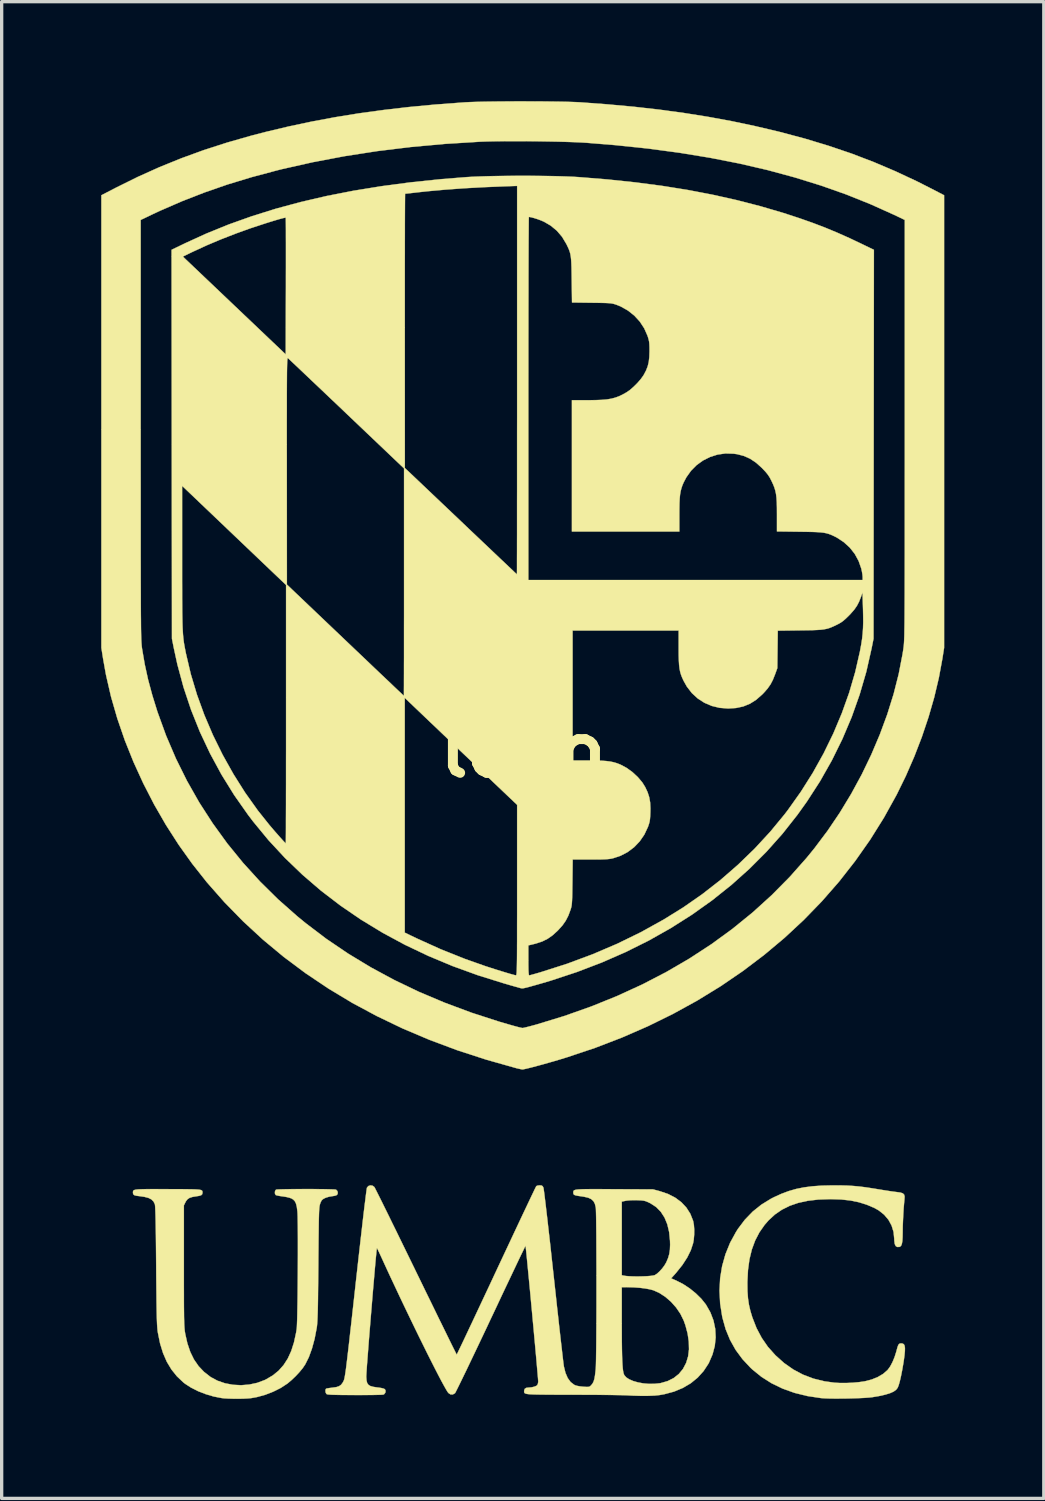
<source format=kicad_pcb>
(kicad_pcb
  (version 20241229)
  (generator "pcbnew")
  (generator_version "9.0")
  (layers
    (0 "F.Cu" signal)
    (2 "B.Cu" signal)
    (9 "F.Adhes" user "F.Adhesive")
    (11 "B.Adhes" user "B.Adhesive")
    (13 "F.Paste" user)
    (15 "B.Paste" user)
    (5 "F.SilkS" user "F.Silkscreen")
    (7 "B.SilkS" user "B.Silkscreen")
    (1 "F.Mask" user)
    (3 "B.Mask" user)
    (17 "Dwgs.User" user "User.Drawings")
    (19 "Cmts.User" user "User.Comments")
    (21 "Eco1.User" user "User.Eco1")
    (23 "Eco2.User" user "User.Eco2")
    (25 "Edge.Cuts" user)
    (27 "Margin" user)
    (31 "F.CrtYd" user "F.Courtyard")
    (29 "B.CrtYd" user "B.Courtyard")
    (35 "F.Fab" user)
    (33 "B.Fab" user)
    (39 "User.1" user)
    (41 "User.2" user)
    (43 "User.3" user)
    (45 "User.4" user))
  (footprint "logo"
    (layer "F.Cu")
    (at 12.705 19.553)
    (property "Reference" "logo" (at 0 0 0) (layer "F.SilkS") (effects (font (size 1.524 1.524) (thickness 0.3))))
    (attr through_hole)
    (fp_poly (pts (xy 9.594 13.125) (xy 9.785 13.13) (xy 9.963 13.141) (xy 10.138 13.157) (xy 10.323 13.18) (xy 10.529 13.211) (xy 10.7 13.239) (xy 10.841 13.262) (xy 10.979 13.284) (xy 11.104 13.303) (xy 11.207 13.317) (xy 11.279 13.326) (xy 11.28 13.326) (xy 11.386 13.341) (xy 11.456 13.364) (xy 11.495 13.402) (xy 11.51 13.461) (xy 11.505 13.544) (xy 11.493 13.671) (xy 11.48 13.827) (xy 11.47 14.001) (xy 11.461 14.181) (xy 11.454 14.354) (xy 11.452 14.508) (xy 11.452 14.531) (xy 11.449 14.684) (xy 11.442 14.799) (xy 11.428 14.881) (xy 11.408 14.936) (xy 11.379 14.967) (xy 11.355 14.978) (xy 11.289 14.981) (xy 11.242 14.953) (xy 11.212 14.89) (xy 11.199 14.791) (xy 11.197 14.735) (xy 11.177 14.528) (xy 11.118 14.336) (xy 11.023 14.161) (xy 10.893 14.008) (xy 10.73 13.878) (xy 10.602 13.806) (xy 10.371 13.707) (xy 10.132 13.632) (xy 9.878 13.58) (xy 9.6 13.549) (xy 9.292 13.539) (xy 9.26 13.539) (xy 8.91 13.551) (xy 8.592 13.588) (xy 8.304 13.651) (xy 8.045 13.74) (xy 7.811 13.857) (xy 7.601 14.001) (xy 7.412 14.175) (xy 7.29 14.315) (xy 7.132 14.541) (xy 7.004 14.788) (xy 6.905 15.057) (xy 6.833 15.353) (xy 6.789 15.676) (xy 6.771 16.03) (xy 6.771 16.084) (xy 6.774 16.319) (xy 6.789 16.526) (xy 6.817 16.717) (xy 6.86 16.904) (xy 6.919 17.1) (xy 6.921 17.105) (xy 7.047 17.427) (xy 7.203 17.721) (xy 7.39 17.991) (xy 7.613 18.241) (xy 7.619 18.247) (xy 7.878 18.479) (xy 8.153 18.672) (xy 8.446 18.828) (xy 8.759 18.947) (xy 9.093 19.029) (xy 9.398 19.071) (xy 9.564 19.08) (xy 9.754 19.08) (xy 9.951 19.071) (xy 10.139 19.054) (xy 10.302 19.03) (xy 10.308 19.029) (xy 10.515 18.976) (xy 10.702 18.9) (xy 10.863 18.805) (xy 10.992 18.693) (xy 11.004 18.679) (xy 11.076 18.58) (xy 11.145 18.449) (xy 11.207 18.299) (xy 11.257 18.141) (xy 11.263 18.119) (xy 11.29 18.017) (xy 11.313 17.95) (xy 11.336 17.91) (xy 11.364 17.891) (xy 11.401 17.886) (xy 11.409 17.886) (xy 11.455 17.893) (xy 11.489 17.915) (xy 11.51 17.958) (xy 11.52 18.025) (xy 11.518 18.12) (xy 11.506 18.247) (xy 11.484 18.409) (xy 11.473 18.479) (xy 11.437 18.688) (xy 11.401 18.871) (xy 11.366 19.023) (xy 11.333 19.141) (xy 11.302 19.22) (xy 11.301 19.223) (xy 11.253 19.285) (xy 11.176 19.34) (xy 11.065 19.389) (xy 10.919 19.433) (xy 10.736 19.474) (xy 10.54 19.507) (xy 10.442 19.518) (xy 10.309 19.528) (xy 10.151 19.536) (xy 9.975 19.542) (xy 9.789 19.547) (xy 9.603 19.549) (xy 9.422 19.55) (xy 9.257 19.548) (xy 9.115 19.543) (xy 9.005 19.536) (xy 8.985 19.534) (xy 8.575 19.472) (xy 8.19 19.377) (xy 7.831 19.248) (xy 7.499 19.087) (xy 7.193 18.893) (xy 6.914 18.666) (xy 6.866 18.621) (xy 6.623 18.361) (xy 6.417 18.082) (xy 6.249 17.782) (xy 6.117 17.462) (xy 6.021 17.119) (xy 6.011 17.075) (xy 5.95 16.684) (xy 5.93 16.299) (xy 5.95 15.922) (xy 6.01 15.555) (xy 6.11 15.199) (xy 6.249 14.856) (xy 6.427 14.529) (xy 6.488 14.433) (xy 6.696 14.158) (xy 6.93 13.915) (xy 7.192 13.705) (xy 7.481 13.527) (xy 7.567 13.483) (xy 7.792 13.38) (xy 8.013 13.297) (xy 8.239 13.232) (xy 8.476 13.184) (xy 8.732 13.151) (xy 9.013 13.131) (xy 9.327 13.124) (xy 9.377 13.124) (xy 9.594 13.125)) (stroke (width 0.01) (type solid)) (fill yes) (layer "F.SilkS"))
    (fp_poly (pts (xy -6.307 13.235) (xy -6.145 13.237) (xy -5.995 13.238) (xy -5.863 13.241) (xy -5.755 13.244) (xy -5.677 13.247) (xy -5.633 13.252) (xy -5.626 13.253) (xy -5.586 13.295) (xy -5.574 13.353) (xy -5.586 13.395) (xy -5.612 13.42) (xy -5.662 13.437) (xy -5.74 13.449) (xy -5.831 13.464) (xy -5.921 13.49) (xy -5.969 13.51) (xy -6.027 13.543) (xy -6.064 13.582) (xy -6.093 13.64) (xy -6.105 13.674) (xy -6.112 13.697) (xy -6.119 13.722) (xy -6.125 13.754) (xy -6.13 13.794) (xy -6.134 13.845) (xy -6.138 13.911) (xy -6.141 13.994) (xy -6.144 14.097) (xy -6.147 14.223) (xy -6.149 14.376) (xy -6.151 14.557) (xy -6.154 14.77) (xy -6.156 15.018) (xy -6.159 15.304) (xy -6.16 15.494) (xy -6.163 15.813) (xy -6.166 16.093) (xy -6.169 16.336) (xy -6.171 16.546) (xy -6.174 16.726) (xy -6.177 16.878) (xy -6.181 17.006) (xy -6.185 17.113) (xy -6.189 17.202) (xy -6.194 17.275) (xy -6.199 17.336) (xy -6.205 17.388) (xy -6.21 17.42) (xy -6.273 17.75) (xy -6.353 18.044) (xy -6.447 18.302) (xy -6.556 18.52) (xy -6.628 18.627) (xy -6.726 18.747) (xy -6.84 18.87) (xy -6.962 18.987) (xy -7.08 19.087) (xy -7.09 19.095) (xy -7.288 19.225) (xy -7.516 19.34) (xy -7.76 19.435) (xy -8.01 19.504) (xy -8.18 19.535) (xy -8.282 19.545) (xy -8.414 19.552) (xy -8.564 19.555) (xy -8.718 19.554) (xy -8.865 19.55) (xy -8.992 19.543) (xy -9.073 19.534) (xy -9.314 19.487) (xy -9.554 19.416) (xy -9.784 19.327) (xy -9.994 19.221) (xy -10.175 19.104) (xy -10.229 19.062) (xy -10.423 18.878) (xy -10.588 18.672) (xy -10.727 18.441) (xy -10.84 18.181) (xy -10.93 17.89) (xy -10.996 17.565) (xy -10.999 17.546) (xy -11.006 17.5) (xy -11.011 17.447) (xy -11.016 17.383) (xy -11.021 17.306) (xy -11.025 17.212) (xy -11.029 17.1) (xy -11.032 16.966) (xy -11.035 16.806) (xy -11.038 16.619) (xy -11.04 16.401) (xy -11.043 16.149) (xy -11.046 15.86) (xy -11.048 15.547) (xy -11.051 15.201) (xy -11.054 14.896) (xy -11.057 14.63) (xy -11.061 14.4) (xy -11.064 14.206) (xy -11.068 14.046) (xy -11.072 13.917) (xy -11.076 13.819) (xy -11.08 13.749) (xy -11.085 13.705) (xy -11.088 13.691) (xy -11.128 13.61) (xy -11.191 13.547) (xy -11.282 13.501) (xy -11.405 13.469) (xy -11.546 13.449) (xy -11.642 13.437) (xy -11.703 13.421) (xy -11.735 13.396) (xy -11.747 13.359) (xy -11.748 13.345) (xy -11.747 13.32) (xy -11.744 13.299) (xy -11.735 13.282) (xy -11.716 13.268) (xy -11.684 13.257) (xy -11.635 13.249) (xy -11.567 13.243) (xy -11.475 13.24) (xy -11.356 13.237) (xy -11.206 13.236) (xy -11.023 13.236) (xy -10.802 13.237) (xy -10.69 13.237) (xy -10.453 13.238) (xy -10.256 13.238) (xy -10.094 13.24) (xy -9.964 13.242) (xy -9.863 13.245) (xy -9.786 13.25) (xy -9.73 13.257) (xy -9.693 13.266) (xy -9.67 13.278) (xy -9.658 13.293) (xy -9.653 13.312) (xy -9.652 13.334) (xy -9.652 13.348) (xy -9.661 13.391) (xy -9.691 13.42) (xy -9.75 13.439) (xy -9.832 13.452) (xy -9.953 13.472) (xy -10.041 13.5) (xy -10.104 13.542) (xy -10.15 13.601) (xy -10.164 13.628) (xy -10.213 13.727) (xy -10.213 15.547) (xy -10.213 15.869) (xy -10.213 16.153) (xy -10.212 16.399) (xy -10.212 16.613) (xy -10.211 16.796) (xy -10.209 16.951) (xy -10.208 17.082) (xy -10.205 17.191) (xy -10.203 17.282) (xy -10.199 17.358) (xy -10.195 17.42) (xy -10.19 17.473) (xy -10.185 17.52) (xy -10.178 17.562) (xy -10.174 17.59) (xy -10.108 17.884) (xy -10.02 18.144) (xy -9.908 18.373) (xy -9.77 18.572) (xy -9.605 18.746) (xy -9.412 18.896) (xy -9.401 18.903) (xy -9.198 19.012) (xy -8.973 19.089) (xy -8.735 19.134) (xy -8.488 19.147) (xy -8.241 19.127) (xy -8 19.075) (xy -7.772 18.989) (xy -7.737 18.971) (xy -7.534 18.852) (xy -7.358 18.709) (xy -7.208 18.54) (xy -7.081 18.343) (xy -6.977 18.115) (xy -6.894 17.855) (xy -6.83 17.559) (xy -6.813 17.452) (xy -6.808 17.398) (xy -6.804 17.305) (xy -6.799 17.179) (xy -6.795 17.023) (xy -6.792 16.841) (xy -6.788 16.638) (xy -6.785 16.418) (xy -6.783 16.185) (xy -6.781 15.943) (xy -6.779 15.697) (xy -6.778 15.45) (xy -6.777 15.207) (xy -6.777 14.972) (xy -6.777 14.749) (xy -6.778 14.542) (xy -6.779 14.356) (xy -6.782 14.195) (xy -6.784 14.062) (xy -6.788 13.963) (xy -6.792 13.905) (xy -6.809 13.771) (xy -6.834 13.672) (xy -6.869 13.601) (xy -6.918 13.55) (xy -6.972 13.517) (xy -7.032 13.496) (xy -7.118 13.475) (xy -7.213 13.459) (xy -7.236 13.456) (xy -7.322 13.444) (xy -7.393 13.43) (xy -7.438 13.418) (xy -7.445 13.414) (xy -7.468 13.374) (xy -7.47 13.319) (xy -7.453 13.271) (xy -7.435 13.253) (xy -7.405 13.249) (xy -7.339 13.245) (xy -7.242 13.242) (xy -7.118 13.239) (xy -6.975 13.237) (xy -6.816 13.236) (xy -6.649 13.235) (xy -6.477 13.235) (xy -6.307 13.235)) (stroke (width 0.01) (type solid)) (fill yes) (layer "F.SilkS"))
    (fp_poly (pts (xy 0.321 -19.547) (xy 0.589 -19.546) (xy 0.845 -19.543) (xy 1.084 -19.54) (xy 1.3 -19.536) (xy 1.488 -19.53) (xy 1.644 -19.524) (xy 1.725 -19.52) (xy 2.558 -19.458) (xy 3.356 -19.385) (xy 4.123 -19.298) (xy 4.866 -19.197) (xy 5.588 -19.082) (xy 6.295 -18.952) (xy 6.992 -18.805) (xy 7.685 -18.642) (xy 7.754 -18.625) (xy 8.504 -18.425) (xy 9.221 -18.208) (xy 9.912 -17.974) (xy 10.581 -17.718) (xy 11.237 -17.439) (xy 11.886 -17.135) (xy 12.25 -16.951) (xy 12.7 -16.718) (xy 12.7 -9.899) (xy 12.7 -3.08) (xy 12.647 -2.744) (xy 12.541 -2.172) (xy 12.402 -1.585) (xy 12.23 -0.989) (xy 12.029 -0.391) (xy 11.8 0.202) (xy 11.546 0.785) (xy 11.269 1.35) (xy 11.269 1.35) (xy 10.887 2.04) (xy 10.47 2.707) (xy 10.019 3.349) (xy 9.535 3.967) (xy 9.018 4.559) (xy 8.469 5.125) (xy 7.888 5.665) (xy 7.276 6.178) (xy 6.634 6.664) (xy 5.963 7.122) (xy 5.262 7.552) (xy 4.533 7.953) (xy 3.777 8.325) (xy 2.993 8.667) (xy 2.182 8.979) (xy 1.346 9.259) (xy 1.102 9.334) (xy 0.936 9.383) (xy 0.767 9.431) (xy 0.602 9.478) (xy 0.446 9.52) (xy 0.304 9.558) (xy 0.182 9.589) (xy 0.085 9.612) (xy 0.018 9.626) (xy -0.01 9.629) (xy -0.051 9.623) (xy -0.118 9.608) (xy -0.2 9.589) (xy -0.212 9.585) (xy -1.108 9.332) (xy -1.975 9.05) (xy -2.812 8.737) (xy -3.619 8.395) (xy -4.396 8.022) (xy -5.143 7.621) (xy -5.86 7.189) (xy -6.547 6.728) (xy -7.203 6.238) (xy -7.829 5.718) (xy -8.425 5.168) (xy -8.991 4.589) (xy -9.521 3.987) (xy -9.957 3.436) (xy -10.369 2.859) (xy -10.754 2.26) (xy -11.11 1.642) (xy -11.436 1.008) (xy -11.731 0.363) (xy -11.993 -0.29) (xy -12.219 -0.947) (xy -12.409 -1.605) (xy -12.56 -2.26) (xy -12.647 -2.744) (xy -12.7 -3.08) (xy -12.7 -9.899) (xy -12.7 -15.974) (xy -11.515 -15.974) (xy -11.515 -9.654) (xy -11.515 -9.041) (xy -11.515 -8.469) (xy -11.514 -7.937) (xy -11.514 -7.442) (xy -11.514 -6.984) (xy -11.514 -6.561) (xy -11.514 -6.171) (xy -11.514 -5.813) (xy -11.513 -5.485) (xy -11.513 -5.187) (xy -11.512 -4.916) (xy -11.511 -4.671) (xy -11.511 -4.451) (xy -11.51 -4.254) (xy -11.509 -4.078) (xy -11.507 -3.922) (xy -11.506 -3.786) (xy -11.505 -3.666) (xy -11.503 -3.562) (xy -11.501 -3.472) (xy -11.499 -3.395) (xy -11.497 -3.329) (xy -11.494 -3.272) (xy -11.491 -3.224) (xy -11.488 -3.183) (xy -11.485 -3.147) (xy -11.482 -3.115) (xy -11.478 -3.085) (xy -11.474 -3.056) (xy -11.471 -3.037) (xy -11.393 -2.582) (xy -11.292 -2.121) (xy -11.164 -1.646) (xy -11.01 -1.149) (xy -11.007 -1.141) (xy -10.749 -0.431) (xy -10.453 0.26) (xy -10.12 0.931) (xy -9.751 1.582) (xy -9.345 2.211) (xy -8.905 2.819) (xy -8.429 3.403) (xy -7.919 3.964) (xy -7.376 4.5) (xy -6.799 5.01) (xy -6.543 5.22) (xy -5.923 5.691) (xy -5.271 6.133) (xy -4.588 6.547) (xy -3.874 6.933) (xy -3.129 7.29) (xy -2.353 7.618) (xy -1.548 7.918) (xy -0.712 8.189) (xy -0.455 8.264) (xy -0.329 8.3) (xy -0.214 8.332) (xy -0.118 8.357) (xy -0.047 8.374) (xy -0.009 8.381) (xy -0.008 8.381) (xy 0.026 8.376) (xy 0.094 8.36) (xy 0.187 8.337) (xy 0.299 8.307) (xy 0.416 8.275) (xy 1.256 8.018) (xy 2.067 7.731) (xy 2.85 7.414) (xy 3.604 7.068) (xy 4.329 6.692) (xy 5.024 6.287) (xy 5.689 5.853) (xy 6.324 5.39) (xy 6.929 4.898) (xy 7.502 4.378) (xy 8.045 3.829) (xy 8.556 3.253) (xy 8.792 2.963) (xy 9.185 2.44) (xy 9.555 1.893) (xy 9.899 1.325) (xy 10.217 0.74) (xy 10.505 0.142) (xy 10.762 -0.463) (xy 10.987 -1.073) (xy 11.178 -1.684) (xy 11.332 -2.29) (xy 11.448 -2.889) (xy 11.471 -3.037) (xy 11.475 -3.067) (xy 11.479 -3.096) (xy 11.483 -3.126) (xy 11.486 -3.159) (xy 11.489 -3.197) (xy 11.492 -3.24) (xy 11.495 -3.291) (xy 11.497 -3.351) (xy 11.5 -3.421) (xy 11.502 -3.502) (xy 11.503 -3.597) (xy 11.505 -3.706) (xy 11.507 -3.832) (xy 11.508 -3.975) (xy 11.509 -4.138) (xy 11.51 -4.321) (xy 11.511 -4.526) (xy 11.512 -4.755) (xy 11.512 -5.009) (xy 11.513 -5.29) (xy 11.513 -5.598) (xy 11.514 -5.936) (xy 11.514 -6.305) (xy 11.514 -6.707) (xy 11.514 -7.142) (xy 11.514 -7.613) (xy 11.514 -8.121) (xy 11.515 -8.668) (xy 11.515 -9.254) (xy 11.515 -9.654) (xy 11.515 -15.974) (xy 11.192 -16.129) (xy 10.485 -16.447) (xy 9.751 -16.742) (xy 8.989 -17.011) (xy 8.198 -17.256) (xy 7.378 -17.478) (xy 6.527 -17.675) (xy 5.645 -17.848) (xy 4.73 -17.998) (xy 3.783 -18.125) (xy 2.801 -18.228) (xy 1.916 -18.3) (xy 1.747 -18.31) (xy 1.542 -18.319) (xy 1.307 -18.327) (xy 1.049 -18.334) (xy 0.775 -18.339) (xy 0.49 -18.344) (xy 0.201 -18.347) (xy -0.085 -18.348) (xy -0.363 -18.348) (xy -0.626 -18.347) (xy -0.867 -18.344) (xy -1.08 -18.339) (xy -1.259 -18.333) (xy -1.281 -18.332) (xy -2.344 -18.266) (xy -3.378 -18.172) (xy -4.384 -18.049) (xy -5.365 -17.897) (xy -6.321 -17.716) (xy -7.256 -17.506) (xy -7.426 -17.463) (xy -8.178 -17.262) (xy -8.898 -17.043) (xy -9.59 -16.803) (xy -10.261 -16.542) (xy -10.918 -16.257) (xy -11.192 -16.129) (xy -11.515 -15.974) (xy -12.7 -15.974) (xy -12.7 -16.718) (xy -12.25 -16.951) (xy -11.603 -17.271) (xy -10.952 -17.564) (xy -10.291 -17.832) (xy -9.613 -18.079) (xy -8.912 -18.305) (xy -8.181 -18.514) (xy -7.754 -18.625) (xy -7.061 -18.79) (xy -6.364 -18.938) (xy -5.658 -19.07) (xy -4.938 -19.187) (xy -4.198 -19.288) (xy -3.433 -19.377) (xy -2.639 -19.452) (xy -1.809 -19.514) (xy -1.725 -19.52) (xy -1.595 -19.526) (xy -1.428 -19.532) (xy -1.229 -19.537) (xy -1.005 -19.541) (xy -0.759 -19.544) (xy -0.499 -19.546) (xy -0.228 -19.548) (xy 0.047 -19.548) (xy 0.321 -19.547)) (stroke (width 0.01) (type solid)) (fill yes) (layer "F.SilkS"))
    (fp_poly (pts (xy 0.569 13.128) (xy 0.601 13.149) (xy 0.623 13.192) (xy 0.629 13.222) (xy 0.639 13.291) (xy 0.653 13.396) (xy 0.67 13.536) (xy 0.691 13.708) (xy 0.714 13.908) (xy 0.741 14.135) (xy 0.769 14.386) (xy 0.8 14.657) (xy 0.833 14.947) (xy 0.866 15.253) (xy 0.901 15.572) (xy 0.93 15.833) (xy 0.966 16.162) (xy 1.001 16.482) (xy 1.034 16.789) (xy 1.067 17.082) (xy 1.097 17.357) (xy 1.126 17.612) (xy 1.152 17.843) (xy 1.176 18.048) (xy 1.196 18.224) (xy 1.213 18.369) (xy 1.226 18.479) (xy 1.236 18.552) (xy 1.24 18.581) (xy 1.288 18.775) (xy 1.356 18.932) (xy 1.443 19.051) (xy 1.549 19.133) (xy 1.587 19.151) (xy 1.644 19.167) (xy 1.727 19.182) (xy 1.82 19.192) (xy 1.836 19.193) (xy 1.921 19.198) (xy 1.977 19.197) (xy 2.013 19.189) (xy 2.041 19.169) (xy 2.071 19.138) (xy 2.108 19.09) (xy 2.137 19.031) (xy 2.16 18.954) (xy 2.178 18.851) (xy 2.194 18.716) (xy 2.201 18.645) (xy 2.204 18.586) (xy 2.207 18.489) (xy 2.21 18.359) (xy 2.212 18.198) (xy 2.215 18.009) (xy 2.217 17.797) (xy 2.218 17.565) (xy 2.22 17.315) (xy 2.221 17.052) (xy 2.222 16.779) (xy 2.222 16.499) (xy 2.222 16.216) (xy 2.222 16.192) (xy 2.985 16.192) (xy 2.985 17.277) (xy 2.986 17.575) (xy 2.987 17.833) (xy 2.99 18.055) (xy 2.994 18.242) (xy 2.999 18.399) (xy 3.006 18.528) (xy 3.014 18.632) (xy 3.024 18.713) (xy 3.036 18.775) (xy 3.051 18.821) (xy 3.058 18.838) (xy 3.116 18.908) (xy 3.209 18.969) (xy 3.33 19.021) (xy 3.473 19.062) (xy 3.631 19.091) (xy 3.798 19.106) (xy 3.966 19.105) (xy 4.129 19.088) (xy 4.158 19.083) (xy 4.367 19.023) (xy 4.55 18.931) (xy 4.705 18.808) (xy 4.83 18.656) (xy 4.925 18.475) (xy 4.985 18.277) (xy 5.011 18.066) (xy 5.005 17.835) (xy 4.97 17.592) (xy 4.905 17.346) (xy 4.852 17.198) (xy 4.753 16.996) (xy 4.623 16.805) (xy 4.469 16.632) (xy 4.297 16.483) (xy 4.114 16.364) (xy 3.94 16.286) (xy 3.832 16.257) (xy 3.691 16.231) (xy 3.529 16.211) (xy 3.356 16.198) (xy 3.182 16.193) (xy 3.159 16.193) (xy 2.985 16.192) (xy 2.222 16.192) (xy 2.222 15.933) (xy 2.222 15.653) (xy 2.221 15.381) (xy 2.22 15.118) (xy 2.219 14.87) (xy 2.218 14.638) (xy 2.216 14.427) (xy 2.214 14.24) (xy 2.212 14.081) (xy 2.209 13.952) (xy 2.206 13.858) (xy 2.203 13.801) (xy 2.201 13.79) (xy 2.175 13.681) (xy 2.139 13.613) (xy 2.985 13.613) (xy 2.985 15.832) (xy 3.032 15.842) (xy 3.113 15.855) (xy 3.22 15.863) (xy 3.346 15.868) (xy 3.481 15.869) (xy 3.617 15.866) (xy 3.744 15.861) (xy 3.854 15.852) (xy 3.937 15.84) (xy 3.98 15.829) (xy 4.047 15.786) (xy 4.124 15.716) (xy 4.203 15.629) (xy 4.273 15.535) (xy 4.326 15.444) (xy 4.327 15.442) (xy 4.381 15.314) (xy 4.417 15.191) (xy 4.436 15.061) (xy 4.442 14.912) (xy 4.439 14.796) (xy 4.413 14.532) (xy 4.358 14.298) (xy 4.274 14.094) (xy 4.162 13.92) (xy 4.023 13.778) (xy 3.855 13.668) (xy 3.836 13.658) (xy 3.76 13.622) (xy 3.699 13.598) (xy 3.638 13.584) (xy 3.564 13.576) (xy 3.463 13.572) (xy 3.45 13.571) (xy 3.34 13.57) (xy 3.232 13.574) (xy 3.142 13.582) (xy 3.104 13.588) (xy 2.985 13.613) (xy 2.139 13.613) (xy 2.131 13.599) (xy 2.065 13.538) (xy 1.972 13.495) (xy 1.844 13.466) (xy 1.774 13.455) (xy 1.667 13.44) (xy 1.596 13.426) (xy 1.553 13.41) (xy 1.531 13.388) (xy 1.524 13.358) (xy 1.524 13.348) (xy 1.524 13.324) (xy 1.527 13.303) (xy 1.534 13.286) (xy 1.551 13.272) (xy 1.58 13.261) (xy 1.623 13.252) (xy 1.685 13.246) (xy 1.769 13.241) (xy 1.877 13.238) (xy 2.013 13.237) (xy 2.18 13.237) (xy 2.382 13.237) (xy 2.621 13.238) (xy 2.762 13.239) (xy 3.926 13.244) (xy 4.132 13.299) (xy 4.378 13.382) (xy 4.594 13.493) (xy 4.779 13.63) (xy 4.931 13.792) (xy 5.05 13.978) (xy 5.133 14.187) (xy 5.135 14.192) (xy 5.158 14.311) (xy 5.169 14.455) (xy 5.167 14.611) (xy 5.154 14.762) (xy 5.135 14.867) (xy 5.066 15.078) (xy 4.958 15.297) (xy 4.811 15.524) (xy 4.626 15.755) (xy 4.577 15.811) (xy 4.473 15.926) (xy 4.627 15.993) (xy 4.829 16.096) (xy 5.029 16.227) (xy 5.216 16.378) (xy 5.381 16.54) (xy 5.514 16.706) (xy 5.523 16.719) (xy 5.656 16.952) (xy 5.749 17.196) (xy 5.802 17.449) (xy 5.815 17.706) (xy 5.788 17.964) (xy 5.72 18.219) (xy 5.613 18.467) (xy 5.597 18.498) (xy 5.45 18.721) (xy 5.272 18.918) (xy 5.064 19.088) (xy 4.827 19.228) (xy 4.564 19.338) (xy 4.275 19.416) (xy 4.128 19.443) (xy 3.976 19.459) (xy 3.787 19.467) (xy 3.568 19.468) (xy 3.322 19.461) (xy 3.133 19.451) (xy 3.069 19.449) (xy 2.967 19.446) (xy 2.831 19.444) (xy 2.666 19.441) (xy 2.477 19.439) (xy 2.267 19.437) (xy 2.04 19.436) (xy 1.802 19.435) (xy 1.556 19.434) (xy 1.499 19.434) (xy 1.215 19.433) (xy 0.971 19.433) (xy 0.763 19.432) (xy 0.589 19.43) (xy 0.445 19.428) (xy 0.329 19.425) (xy 0.238 19.421) (xy 0.168 19.415) (xy 0.117 19.408) (xy 0.082 19.398) (xy 0.06 19.387) (xy 0.048 19.373) (xy 0.043 19.356) (xy 0.042 19.337) (xy 0.042 19.317) (xy 0.058 19.259) (xy 0.105 19.227) (xy 0.168 19.219) (xy 0.264 19.211) (xy 0.35 19.191) (xy 0.414 19.164) (xy 0.439 19.142) (xy 0.459 19.094) (xy 0.467 19.041) (xy 0.465 19.007) (xy 0.46 18.937) (xy 0.451 18.832) (xy 0.439 18.696) (xy 0.425 18.534) (xy 0.409 18.348) (xy 0.39 18.142) (xy 0.37 17.919) (xy 0.348 17.683) (xy 0.326 17.438) (xy 0.302 17.186) (xy 0.279 16.932) (xy 0.255 16.678) (xy 0.232 16.429) (xy 0.209 16.188) (xy 0.187 15.958) (xy 0.166 15.743) (xy 0.147 15.546) (xy 0.13 15.371) (xy 0.115 15.221) (xy 0.103 15.1) (xy 0.093 15.011) (xy 0.087 14.958) (xy 0.085 14.944) (xy 0.074 14.963) (xy 0.047 15.017) (xy 0.005 15.106) (xy -0.053 15.225) (xy -0.124 15.373) (xy -0.207 15.548) (xy -0.301 15.746) (xy -0.405 15.966) (xy -0.519 16.205) (xy -0.64 16.461) (xy -0.767 16.732) (xy -0.9 17.014) (xy -0.963 17.146) (xy -1.098 17.434) (xy -1.23 17.712) (xy -1.356 17.977) (xy -1.475 18.227) (xy -1.586 18.459) (xy -1.687 18.671) (xy -1.779 18.86) (xy -1.859 19.025) (xy -1.926 19.162) (xy -1.979 19.269) (xy -2.017 19.344) (xy -2.039 19.384) (xy -2.043 19.389) (xy -2.109 19.426) (xy -2.178 19.423) (xy -2.238 19.383) (xy -2.27 19.341) (xy -2.317 19.262) (xy -2.38 19.15) (xy -2.457 19.009) (xy -2.546 18.839) (xy -2.646 18.645) (xy -2.756 18.428) (xy -2.875 18.192) (xy -3 17.939) (xy -3.132 17.672) (xy -3.268 17.393) (xy -3.407 17.105) (xy -3.548 16.812) (xy -3.69 16.515) (xy -3.83 16.217) (xy -3.969 15.922) (xy -4.104 15.631) (xy -4.234 15.347) (xy -4.276 15.256) (xy -4.319 15.164) (xy -4.355 15.088) (xy -4.381 15.036) (xy -4.395 15.014) (xy -4.395 15.014) (xy -4.399 15.037) (xy -4.407 15.099) (xy -4.416 15.195) (xy -4.429 15.323) (xy -4.443 15.479) (xy -4.459 15.658) (xy -4.476 15.859) (xy -4.495 16.076) (xy -4.515 16.306) (xy -4.535 16.546) (xy -4.555 16.792) (xy -4.576 17.04) (xy -4.596 17.288) (xy -4.616 17.53) (xy -4.635 17.764) (xy -4.652 17.986) (xy -4.668 18.192) (xy -4.682 18.378) (xy -4.695 18.542) (xy -4.704 18.679) (xy -4.711 18.787) (xy -4.715 18.86) (xy -4.716 18.894) (xy -4.708 19.001) (xy -4.689 19.079) (xy -4.652 19.134) (xy -4.593 19.171) (xy -4.504 19.196) (xy -4.379 19.215) (xy -4.356 19.217) (xy -4.263 19.231) (xy -4.192 19.249) (xy -4.154 19.268) (xy -4.133 19.315) (xy -4.141 19.37) (xy -4.174 19.415) (xy -4.197 19.428) (xy -4.228 19.432) (xy -4.297 19.436) (xy -4.398 19.438) (xy -4.526 19.441) (xy -4.678 19.442) (xy -4.847 19.443) (xy -5.029 19.443) (xy -5.062 19.443) (xy -5.278 19.442) (xy -5.457 19.441) (xy -5.599 19.438) (xy -5.711 19.436) (xy -5.794 19.432) (xy -5.853 19.427) (xy -5.89 19.421) (xy -5.911 19.414) (xy -5.914 19.412) (xy -5.938 19.373) (xy -5.947 19.32) (xy -5.941 19.272) (xy -5.926 19.251) (xy -5.896 19.243) (xy -5.836 19.233) (xy -5.756 19.223) (xy -5.734 19.22) (xy -5.618 19.204) (xy -5.535 19.176) (xy -5.474 19.133) (xy -5.424 19.066) (xy -5.4 19.02) (xy -5.392 19.003) (xy -5.385 18.982) (xy -5.377 18.953) (xy -5.369 18.916) (xy -5.36 18.867) (xy -5.35 18.805) (xy -5.338 18.728) (xy -5.325 18.633) (xy -5.311 18.518) (xy -5.294 18.381) (xy -5.275 18.22) (xy -5.253 18.033) (xy -5.228 17.817) (xy -5.201 17.571) (xy -5.169 17.293) (xy -5.134 16.979) (xy -5.095 16.628) (xy -5.052 16.239) (xy -5.035 16.083) (xy -4.995 15.727) (xy -4.957 15.385) (xy -4.92 15.059) (xy -4.885 14.751) (xy -4.852 14.464) (xy -4.822 14.201) (xy -4.794 13.962) (xy -4.769 13.751) (xy -4.746 13.571) (xy -4.728 13.422) (xy -4.713 13.308) (xy -4.702 13.232) (xy -4.695 13.194) (xy -4.694 13.191) (xy -4.651 13.143) (xy -4.59 13.124) (xy -4.525 13.134) (xy -4.472 13.173) (xy -4.458 13.198) (xy -4.427 13.259) (xy -4.379 13.354) (xy -4.316 13.48) (xy -4.239 13.634) (xy -4.15 13.815) (xy -4.048 14.021) (xy -3.937 14.249) (xy -3.815 14.496) (xy -3.686 14.761) (xy -3.549 15.042) (xy -3.406 15.335) (xy -3.258 15.638) (xy -3.216 15.725) (xy -3.067 16.03) (xy -2.924 16.325) (xy -2.786 16.606) (xy -2.656 16.873) (xy -2.535 17.122) (xy -2.422 17.351) (xy -2.32 17.559) (xy -2.23 17.743) (xy -2.153 17.9) (xy -2.089 18.029) (xy -2.04 18.127) (xy -2.007 18.192) (xy -1.991 18.223) (xy -1.99 18.224) (xy -1.98 18.206) (xy -1.953 18.151) (xy -1.91 18.062) (xy -1.852 17.941) (xy -1.781 17.792) (xy -1.697 17.614) (xy -1.602 17.412) (xy -1.496 17.188) (xy -1.381 16.943) (xy -1.257 16.679) (xy -1.126 16.4) (xy -0.988 16.107) (xy -0.846 15.802) (xy -0.796 15.696) (xy -0.652 15.388) (xy -0.512 15.09) (xy -0.378 14.805) (xy -0.251 14.534) (xy -0.132 14.281) (xy -0.022 14.047) (xy 0.078 13.836) (xy 0.167 13.648) (xy 0.244 13.486) (xy 0.307 13.354) (xy 0.356 13.251) (xy 0.39 13.183) (xy 0.407 13.149) (xy 0.409 13.146) (xy 0.444 13.131) (xy 0.5 13.124) (xy 0.513 13.123) (xy 0.569 13.128)) (stroke (width 0.01) (type solid)) (fill yes) (layer "F.SilkS"))
    (fp_poly (pts (xy 0.16 -17.304) (xy 0.463 -17.302) (xy 0.756 -17.298) (xy 1.033 -17.293) (xy 1.287 -17.285) (xy 1.512 -17.276) (xy 1.693 -17.265) (xy 2.565 -17.194) (xy 3.4 -17.106) (xy 4.203 -17.001) (xy 4.977 -16.877) (xy 5.724 -16.734) (xy 6.449 -16.572) (xy 7.155 -16.39) (xy 7.844 -16.188) (xy 8.34 -16.026) (xy 8.738 -15.886) (xy 9.113 -15.743) (xy 9.481 -15.59) (xy 9.855 -15.423) (xy 10.176 -15.271) (xy 10.584 -15.074) (xy 10.578 -9.214) (xy 10.573 -3.355) (xy 10.514 -3.059) (xy 10.355 -2.357) (xy 10.154 -1.668) (xy 9.915 -0.993) (xy 9.635 -0.332) (xy 9.317 0.314) (xy 8.961 0.943) (xy 8.566 1.554) (xy 8.277 1.958) (xy 7.828 2.527) (xy 7.345 3.069) (xy 6.83 3.584) (xy 6.284 4.073) (xy 5.707 4.533) (xy 5.099 4.966) (xy 4.462 5.37) (xy 3.796 5.746) (xy 3.101 6.092) (xy 2.379 6.408) (xy 1.63 6.694) (xy 0.854 6.95) (xy 0.561 7.037) (xy 0.396 7.084) (xy 0.267 7.12) (xy 0.168 7.148) (xy 0.095 7.166) (xy 0.043 7.178) (xy 0.006 7.184) (xy -0.02 7.186) (xy -0.042 7.183) (xy -0.053 7.181) (xy -0.085 7.173) (xy -0.151 7.154) (xy -0.245 7.128) (xy -0.361 7.095) (xy -0.491 7.057) (xy -0.561 7.037) (xy -1.35 6.791) (xy -2.111 6.515) (xy -2.846 6.208) (xy -3.552 5.872) (xy -4.229 5.507) (xy -4.229 5.506) (xy -3.556 5.506) (xy -3.201 5.677) (xy -2.478 6.004) (xy -1.74 6.299) (xy -1.122 6.517) (xy -0.961 6.569) (xy -0.802 6.62) (xy -0.651 6.667) (xy -0.513 6.709) (xy -0.393 6.745) (xy -0.298 6.771) (xy -0.233 6.788) (xy -0.206 6.793) (xy -0.201 6.791) (xy -0.196 6.785) (xy -0.191 6.772) (xy -0.188 6.75) (xy -0.184 6.716) (xy -0.181 6.669) (xy -0.179 6.607) (xy -0.177 6.526) (xy -0.175 6.425) (xy -0.173 6.301) (xy -0.172 6.154) (xy -0.171 5.979) (xy -0.171 5.891) (xy 0.169 5.891) (xy 0.169 6.343) (xy 0.17 6.506) (xy 0.172 6.629) (xy 0.177 6.716) (xy 0.183 6.77) (xy 0.191 6.793) (xy 0.194 6.795) (xy 0.221 6.789) (xy 0.282 6.773) (xy 0.368 6.749) (xy 0.473 6.719) (xy 0.538 6.7) (xy 1.336 6.445) (xy 2.107 6.158) (xy 2.849 5.841) (xy 3.563 5.492) (xy 4.248 5.112) (xy 4.837 4.747) (xy 5.41 4.348) (xy 5.963 3.917) (xy 6.491 3.457) (xy 6.992 2.972) (xy 7.46 2.465) (xy 7.893 1.94) (xy 7.993 1.809) (xy 8.382 1.261) (xy 8.741 0.692) (xy 9.068 0.105) (xy 9.361 -0.496) (xy 9.618 -1.108) (xy 9.839 -1.726) (xy 10.021 -2.348) (xy 10.163 -2.968) (xy 10.168 -2.995) (xy 10.203 -3.184) (xy 10.229 -3.354) (xy 10.246 -3.515) (xy 10.257 -3.678) (xy 10.262 -3.853) (xy 10.26 -4.051) (xy 10.256 -4.24) (xy 10.24 -4.744) (xy 10.193 -4.609) (xy 10.136 -4.466) (xy 10.071 -4.342) (xy 9.989 -4.225) (xy 9.882 -4.103) (xy 9.832 -4.051) (xy 9.739 -3.96) (xy 9.662 -3.893) (xy 9.589 -3.84) (xy 9.509 -3.795) (xy 9.461 -3.771) (xy 9.376 -3.73) (xy 9.3 -3.697) (xy 9.229 -3.67) (xy 9.156 -3.65) (xy 9.077 -3.635) (xy 8.984 -3.623) (xy 8.872 -3.616) (xy 8.736 -3.61) (xy 8.569 -3.607) (xy 8.366 -3.604) (xy 8.357 -3.604) (xy 7.687 -3.595) (xy 7.68 -3.03) (xy 7.673 -2.466) (xy 7.606 -2.28) (xy 7.541 -2.117) (xy 7.469 -1.978) (xy 7.38 -1.851) (xy 7.267 -1.722) (xy 7.218 -1.672) (xy 7.037 -1.513) (xy 6.848 -1.393) (xy 6.647 -1.311) (xy 6.428 -1.264) (xy 6.191 -1.249) (xy 5.936 -1.269) (xy 5.697 -1.327) (xy 5.475 -1.422) (xy 5.275 -1.551) (xy 5.098 -1.714) (xy 4.947 -1.909) (xy 4.848 -2.085) (xy 4.805 -2.179) (xy 4.771 -2.266) (xy 4.745 -2.355) (xy 4.726 -2.45) (xy 4.713 -2.56) (xy 4.705 -2.691) (xy 4.7 -2.85) (xy 4.699 -3.043) (xy 4.699 -3.079) (xy 4.699 -3.598) (xy 1.503 -3.598) (xy 1.503 0.318) (xy 2.006 0.318) (xy 2.208 0.319) (xy 2.376 0.324) (xy 2.515 0.334) (xy 2.633 0.349) (xy 2.736 0.37) (xy 2.832 0.398) (xy 2.928 0.435) (xy 2.953 0.446) (xy 3.134 0.543) (xy 3.309 0.67) (xy 3.468 0.818) (xy 3.603 0.978) (xy 3.69 1.117) (xy 3.763 1.273) (xy 3.812 1.424) (xy 3.84 1.583) (xy 3.849 1.761) (xy 3.847 1.872) (xy 3.842 1.994) (xy 3.835 2.085) (xy 3.823 2.16) (xy 3.805 2.229) (xy 3.779 2.306) (xy 3.772 2.324) (xy 3.666 2.55) (xy 3.526 2.754) (xy 3.358 2.93) (xy 3.163 3.077) (xy 2.947 3.19) (xy 2.738 3.26) (xy 2.682 3.274) (xy 2.623 3.284) (xy 2.557 3.291) (xy 2.477 3.296) (xy 2.376 3.3) (xy 2.247 3.301) (xy 2.083 3.302) (xy 2.041 3.302) (xy 1.506 3.302) (xy 1.498 3.985) (xy 1.495 4.175) (xy 1.493 4.327) (xy 1.49 4.449) (xy 1.486 4.544) (xy 1.481 4.617) (xy 1.475 4.676) (xy 1.467 4.723) (xy 1.456 4.766) (xy 1.443 4.809) (xy 1.441 4.815) (xy 1.374 4.995) (xy 1.296 5.147) (xy 1.199 5.286) (xy 1.073 5.426) (xy 1.049 5.451) (xy 0.898 5.588) (xy 0.749 5.692) (xy 0.591 5.771) (xy 0.411 5.831) (xy 0.355 5.846) (xy 0.169 5.891) (xy -0.171 5.891) (xy -0.17 5.775) (xy -0.17 5.54) (xy -0.17 5.272) (xy -0.169 4.968) (xy -0.169 4.626) (xy -0.169 4.244) (xy -0.169 1.655) (xy -1.445 0.442) (xy -1.652 0.244) (xy -1.86 0.047) (xy -2.064 -0.148) (xy -2.262 -0.336) (xy -2.45 -0.515) (xy -2.624 -0.682) (xy -2.783 -0.832) (xy -2.921 -0.964) (xy -3.036 -1.074) (xy -3.124 -1.158) (xy -3.138 -1.171) (xy -3.556 -1.571) (xy -3.556 5.506) (xy -4.229 5.506) (xy -4.878 5.112) (xy -5.496 4.689) (xy -6.085 4.238) (xy -6.642 3.759) (xy -7.168 3.253) (xy -7.663 2.719) (xy -8.124 2.159) (xy -8.277 1.958) (xy -8.697 1.36) (xy -9.079 0.743) (xy -9.423 0.108) (xy -9.729 -0.542) (xy -9.996 -1.208) (xy -10.223 -1.888) (xy -10.41 -2.581) (xy -10.514 -3.059) (xy -10.573 -3.355) (xy -10.575 -5.801) (xy -10.266 -5.801) (xy -10.266 -5.437) (xy -10.266 -5.113) (xy -10.265 -4.825) (xy -10.265 -4.571) (xy -10.263 -4.347) (xy -10.262 -4.151) (xy -10.259 -3.98) (xy -10.256 -3.831) (xy -10.252 -3.702) (xy -10.246 -3.588) (xy -10.24 -3.488) (xy -10.232 -3.398) (xy -10.223 -3.316) (xy -10.213 -3.238) (xy -10.2 -3.162) (xy -10.186 -3.085) (xy -10.17 -3.003) (xy -10.153 -2.915) (xy -10.149 -2.899) (xy -10.004 -2.283) (xy -9.819 -1.667) (xy -9.596 -1.053) (xy -9.337 -0.447) (xy -9.044 0.148) (xy -8.72 0.727) (xy -8.367 1.287) (xy -7.986 1.822) (xy -7.639 2.257) (xy -7.562 2.348) (xy -7.48 2.444) (xy -7.396 2.539) (xy -7.318 2.628) (xy -7.248 2.706) (xy -7.192 2.766) (xy -7.155 2.804) (xy -7.141 2.815) (xy -7.14 2.794) (xy -7.14 2.733) (xy -7.139 2.634) (xy -7.138 2.499) (xy -7.137 2.33) (xy -7.137 2.128) (xy -7.136 1.897) (xy -7.135 1.639) (xy -7.135 1.355) (xy -7.134 1.047) (xy -7.134 0.718) (xy -7.134 0.369) (xy -7.133 0.003) (xy -7.133 -0.378) (xy -7.133 -0.772) (xy -7.133 -1.078) (xy -7.133 -4.972) (xy -8.7 -6.466) (xy -10.266 -7.96) (xy -10.266 -5.801) (xy -10.575 -5.801) (xy -10.579 -9.571) (xy -7.111 -9.571) (xy -7.111 -9.197) (xy -7.11 -8.785) (xy -7.11 -8.411) (xy -7.108 -4.985) (xy -5.348 -3.309) (xy -5.118 -3.09) (xy -4.897 -2.88) (xy -4.687 -2.68) (xy -4.489 -2.491) (xy -4.306 -2.317) (xy -4.138 -2.158) (xy -3.989 -2.017) (xy -3.861 -1.894) (xy -3.754 -1.793) (xy -3.671 -1.715) (xy -3.615 -1.661) (xy -3.586 -1.634) (xy -3.582 -1.631) (xy -3.582 -1.652) (xy -3.581 -1.713) (xy -3.581 -1.811) (xy -3.58 -1.946) (xy -3.58 -2.113) (xy -3.579 -2.312) (xy -3.579 -2.54) (xy -3.578 -2.795) (xy -3.578 -3.074) (xy -3.578 -3.375) (xy -3.578 -3.697) (xy -3.577 -4.036) (xy -3.577 -4.391) (xy -3.577 -4.76) (xy -3.577 -5.058) (xy -3.577 -8.485) (xy -5.308 -10.132) (xy -5.536 -10.35) (xy -5.757 -10.559) (xy -5.967 -10.759) (xy -6.165 -10.947) (xy -6.349 -11.121) (xy -6.516 -11.28) (xy -6.666 -11.422) (xy -6.795 -11.545) (xy -6.903 -11.646) (xy -6.986 -11.725) (xy -7.043 -11.779) (xy -7.072 -11.806) (xy -7.075 -11.808) (xy -7.08 -11.81) (xy -7.085 -11.808) (xy -7.088 -11.799) (xy -7.092 -11.781) (xy -7.095 -11.753) (xy -7.098 -11.712) (xy -7.1 -11.657) (xy -7.102 -11.586) (xy -7.104 -11.497) (xy -7.106 -11.388) (xy -7.107 -11.257) (xy -7.108 -11.102) (xy -7.109 -10.922) (xy -7.11 -10.715) (xy -7.11 -10.477) (xy -7.11 -10.209) (xy -7.111 -9.908) (xy -7.111 -9.571) (xy -10.579 -9.571) (xy -10.584 -14.87) (xy -10.244 -14.87) (xy -7.144 -11.922) (xy -7.141 -13.142) (xy -3.554 -13.142) (xy -3.554 -12.73) (xy -3.554 -12.631) (xy -3.553 -8.498) (xy -1.866 -6.896) (xy -1.642 -6.682) (xy -1.425 -6.477) (xy -1.22 -6.282) (xy -1.027 -6.099) (xy -0.849 -5.93) (xy -0.687 -5.776) (xy -0.544 -5.641) (xy -0.422 -5.525) (xy -0.321 -5.43) (xy -0.246 -5.358) (xy -0.196 -5.312) (xy -0.175 -5.293) (xy -0.175 -5.292) (xy -0.174 -5.313) (xy -0.174 -5.374) (xy -0.173 -5.475) (xy -0.173 -5.612) (xy -0.173 -5.786) (xy -0.172 -5.993) (xy -0.172 -6.232) (xy -0.171 -6.501) (xy -0.171 -6.799) (xy -0.171 -7.124) (xy -0.171 -7.475) (xy -0.17 -7.849) (xy -0.17 -8.245) (xy -0.17 -8.661) (xy -0.17 -9.096) (xy -0.17 -9.547) (xy -0.169 -10.013) (xy -0.169 -10.493) (xy -0.169 -10.594) (xy 0.169 -10.594) (xy 0.169 -5.122) (xy 10.245 -5.122) (xy 10.245 -5.214) (xy 10.239 -5.281) (xy 10.225 -5.369) (xy 10.205 -5.462) (xy 10.203 -5.469) (xy 10.123 -5.697) (xy 10.007 -5.909) (xy 9.857 -6.099) (xy 9.677 -6.263) (xy 9.472 -6.398) (xy 9.429 -6.421) (xy 9.351 -6.459) (xy 9.281 -6.49) (xy 9.214 -6.514) (xy 9.144 -6.533) (xy 9.066 -6.548) (xy 8.973 -6.558) (xy 8.86 -6.566) (xy 8.722 -6.571) (xy 8.553 -6.574) (xy 8.347 -6.577) (xy 8.345 -6.577) (xy 7.662 -6.586) (xy 7.662 -7.1) (xy 7.661 -7.299) (xy 7.657 -7.464) (xy 7.648 -7.6) (xy 7.634 -7.716) (xy 7.612 -7.818) (xy 7.583 -7.913) (xy 7.544 -8.01) (xy 7.495 -8.114) (xy 7.488 -8.128) (xy 7.438 -8.222) (xy 7.383 -8.304) (xy 7.315 -8.387) (xy 7.225 -8.482) (xy 7.208 -8.5) (xy 7.032 -8.658) (xy 6.854 -8.777) (xy 6.666 -8.861) (xy 6.464 -8.914) (xy 6.354 -8.929) (xy 6.109 -8.936) (xy 5.871 -8.902) (xy 5.645 -8.83) (xy 5.433 -8.724) (xy 5.241 -8.585) (xy 5.072 -8.415) (xy 4.931 -8.217) (xy 4.849 -8.061) (xy 4.811 -7.972) (xy 4.782 -7.885) (xy 4.759 -7.796) (xy 4.742 -7.696) (xy 4.731 -7.58) (xy 4.724 -7.44) (xy 4.721 -7.271) (xy 4.72 -7.103) (xy 4.72 -6.583) (xy 1.482 -6.583) (xy 1.482 -10.541) (xy 1.974 -10.541) (xy 2.192 -10.544) (xy 2.375 -10.551) (xy 2.531 -10.564) (xy 2.665 -10.586) (xy 2.785 -10.617) (xy 2.898 -10.658) (xy 3.011 -10.712) (xy 3.127 -10.777) (xy 3.23 -10.848) (xy 3.342 -10.946) (xy 3.454 -11.057) (xy 3.555 -11.173) (xy 3.633 -11.281) (xy 3.647 -11.303) (xy 3.717 -11.436) (xy 3.766 -11.561) (xy 3.798 -11.693) (xy 3.815 -11.841) (xy 3.821 -12.019) (xy 3.821 -12.023) (xy 3.82 -12.144) (xy 3.816 -12.235) (xy 3.809 -12.307) (xy 3.795 -12.372) (xy 3.775 -12.441) (xy 3.761 -12.483) (xy 3.662 -12.707) (xy 3.528 -12.911) (xy 3.362 -13.092) (xy 3.17 -13.244) (xy 2.953 -13.366) (xy 2.833 -13.415) (xy 2.786 -13.431) (xy 2.743 -13.444) (xy 2.699 -13.454) (xy 2.647 -13.462) (xy 2.581 -13.467) (xy 2.497 -13.471) (xy 2.387 -13.474) (xy 2.246 -13.476) (xy 2.081 -13.478) (xy 1.485 -13.486) (xy 1.476 -14.167) (xy 1.473 -14.371) (xy 1.47 -14.537) (xy 1.465 -14.673) (xy 1.458 -14.784) (xy 1.448 -14.875) (xy 1.434 -14.952) (xy 1.415 -15.021) (xy 1.391 -15.087) (xy 1.36 -15.157) (xy 1.322 -15.235) (xy 1.314 -15.251) (xy 1.185 -15.466) (xy 1.029 -15.649) (xy 0.844 -15.802) (xy 0.646 -15.918) (xy 0.555 -15.958) (xy 0.452 -15.996) (xy 0.349 -16.029) (xy 0.258 -16.054) (xy 0.192 -16.065) (xy 0.185 -16.065) (xy 0.184 -16.044) (xy 0.182 -15.983) (xy 0.181 -15.883) (xy 0.18 -15.745) (xy 0.179 -15.573) (xy 0.177 -15.367) (xy 0.176 -15.129) (xy 0.175 -14.861) (xy 0.174 -14.565) (xy 0.173 -14.243) (xy 0.173 -13.895) (xy 0.172 -13.525) (xy 0.171 -13.134) (xy 0.171 -12.723) (xy 0.17 -12.294) (xy 0.17 -11.85) (xy 0.17 -11.392) (xy 0.169 -10.921) (xy 0.169 -10.594) (xy -0.169 -10.594) (xy -0.169 -10.985) (xy -0.169 -11.146) (xy -0.169 -17) (xy -0.545 -16.987) (xy -1.177 -16.961) (xy -1.772 -16.928) (xy -2.334 -16.887) (xy -2.866 -16.839) (xy -3.17 -16.806) (xy -3.289 -16.792) (xy -3.394 -16.78) (xy -3.476 -16.771) (xy -3.529 -16.766) (xy -3.545 -16.764) (xy -3.546 -16.743) (xy -3.547 -16.682) (xy -3.548 -16.583) (xy -3.549 -16.447) (xy -3.55 -16.277) (xy -3.551 -16.075) (xy -3.552 -15.843) (xy -3.552 -15.582) (xy -3.553 -15.296) (xy -3.553 -14.985) (xy -3.554 -14.653) (xy -3.554 -14.3) (xy -3.554 -13.929) (xy -3.554 -13.543) (xy -3.554 -13.142) (xy -7.141 -13.142) (xy -7.138 -13.976) (xy -7.138 -14.267) (xy -7.137 -14.546) (xy -7.137 -14.81) (xy -7.137 -15.057) (xy -7.137 -15.282) (xy -7.138 -15.484) (xy -7.138 -15.659) (xy -7.139 -15.804) (xy -7.14 -15.918) (xy -7.141 -15.996) (xy -7.142 -16.035) (xy -7.143 -16.04) (xy -7.16 -16.042) (xy -7.201 -16.034) (xy -7.269 -16.017) (xy -7.367 -15.99) (xy -7.498 -15.951) (xy -7.664 -15.9) (xy -7.789 -15.86) (xy -8.221 -15.718) (xy -8.661 -15.559) (xy -9.097 -15.389) (xy -9.517 -15.212) (xy -9.908 -15.032) (xy -9.975 -15.001) (xy -10.244 -14.87) (xy -10.584 -14.87) (xy -10.584 -15.074) (xy -10.176 -15.271) (xy -9.53 -15.566) (xy -8.86 -15.838) (xy -8.164 -16.086) (xy -7.441 -16.312) (xy -6.689 -16.515) (xy -5.909 -16.696) (xy -5.097 -16.855) (xy -4.253 -16.992) (xy -3.376 -17.108) (xy -2.464 -17.203) (xy -1.693 -17.265) (xy -1.503 -17.276) (xy -1.277 -17.285) (xy -1.022 -17.293) (xy -0.745 -17.298) (xy -0.451 -17.302) (xy -0.147 -17.304) (xy 0.16 -17.304)) (stroke (width 0.01) (type solid)) (fill yes) (layer "F.SilkS")))
  (gr_rect
    (start -3 -3)
    (end 28.41 42.112)
    (stroke (width 0.1) (type default))
    (fill no)
    (layer "Edge.Cuts")))
</source>
